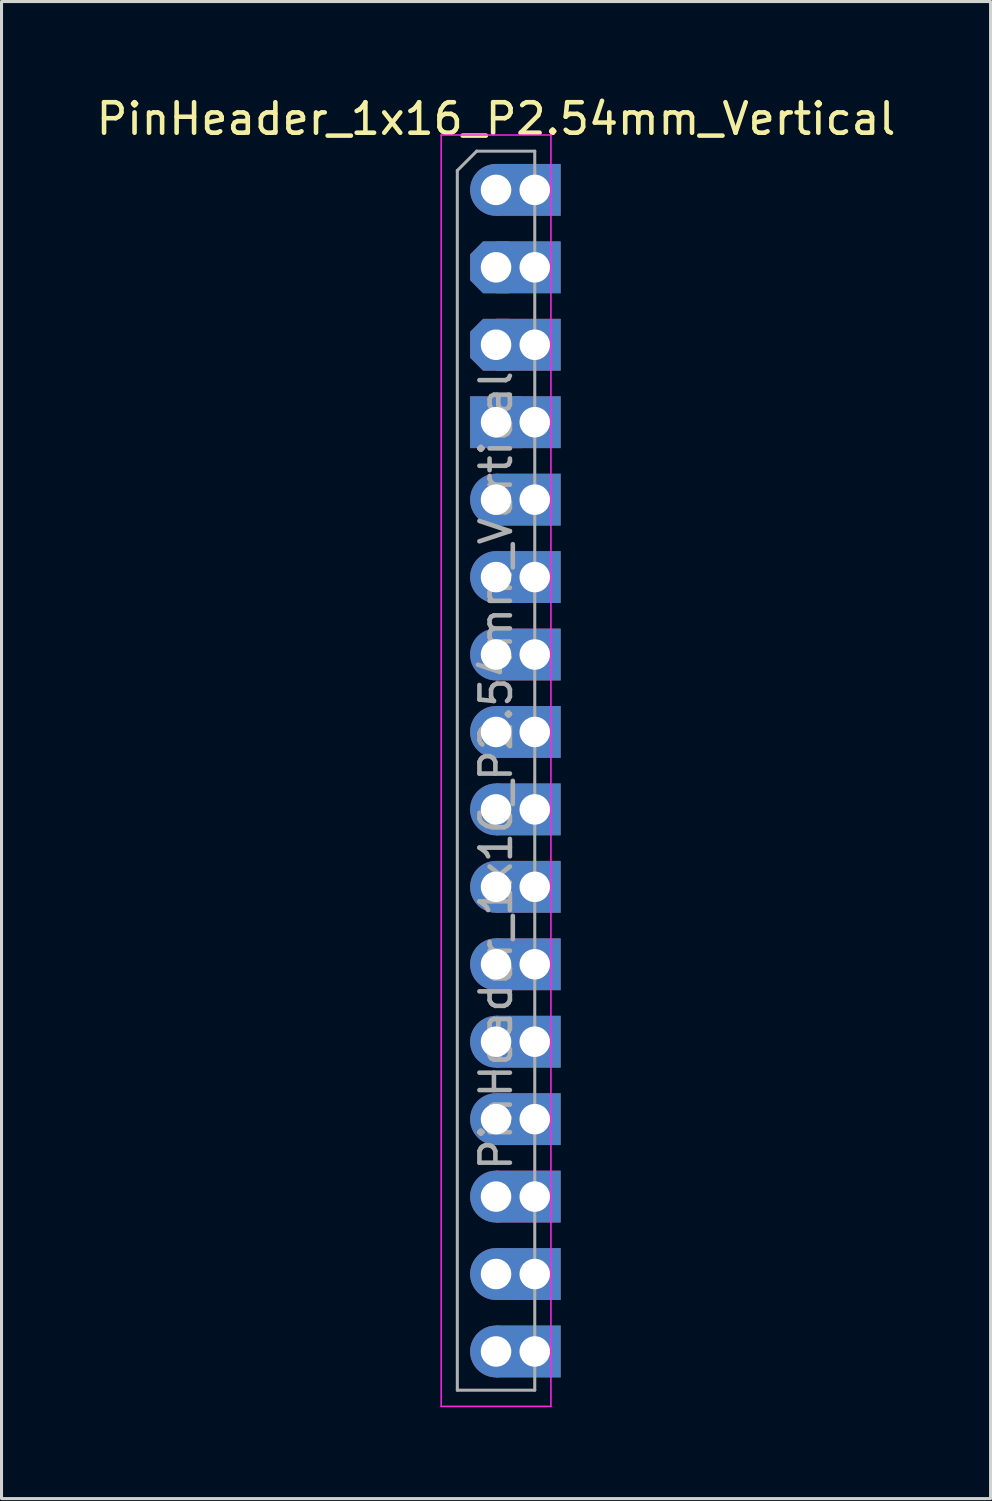
<source format=kicad_pcb>
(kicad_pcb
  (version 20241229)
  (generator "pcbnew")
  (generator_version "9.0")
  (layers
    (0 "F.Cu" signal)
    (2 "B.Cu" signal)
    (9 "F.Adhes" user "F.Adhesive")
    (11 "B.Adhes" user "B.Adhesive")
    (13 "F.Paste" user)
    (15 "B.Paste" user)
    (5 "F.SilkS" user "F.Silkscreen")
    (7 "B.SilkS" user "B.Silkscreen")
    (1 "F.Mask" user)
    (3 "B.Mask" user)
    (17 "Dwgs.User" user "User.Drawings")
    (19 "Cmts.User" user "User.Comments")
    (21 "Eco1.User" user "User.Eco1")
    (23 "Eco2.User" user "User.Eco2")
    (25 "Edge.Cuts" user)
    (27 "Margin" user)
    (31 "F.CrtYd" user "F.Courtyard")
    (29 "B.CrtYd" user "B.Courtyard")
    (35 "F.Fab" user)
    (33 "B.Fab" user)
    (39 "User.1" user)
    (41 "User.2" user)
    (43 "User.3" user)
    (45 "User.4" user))
  (footprint "PinHeader_1x16_P2.54mm_Vertical"
    (layer "F.Cu")
    (at 13.22 3.178)
    (property "Reference" "PinHeader_1x16_P2.54mm_Vertical" (at 0 -2.33 0) (layer "F.SilkS") (effects (font (size 1 1) (thickness 0.15))))
    (attr through_hole)
    (fp_line (start -1.8 -1.8) (end -1.8 39.9) (stroke (width 0.05) (type solid)) (layer "F.CrtYd"))
    (fp_line (start -1.8 39.9) (end 1.8 39.9) (stroke (width 0.05) (type solid)) (layer "F.CrtYd"))
    (fp_line (start 1.8 -1.8) (end -1.8 -1.8) (stroke (width 0.05) (type solid)) (layer "F.CrtYd"))
    (fp_line (start 1.8 39.9) (end 1.8 -1.8) (stroke (width 0.05) (type solid)) (layer "F.CrtYd"))
    (fp_line (start -1.27 -0.635) (end -0.635 -1.27) (stroke (width 0.1) (type solid)) (layer "F.Fab"))
    (fp_line (start -1.27 39.37) (end -1.27 -0.635) (stroke (width 0.1) (type solid)) (layer "F.Fab"))
    (fp_line (start -0.635 -1.27) (end 1.27 -1.27) (stroke (width 0.1) (type solid)) (layer "F.Fab"))
    (fp_line (start 1.27 -1.27) (end 1.27 39.37) (stroke (width 0.1) (type solid)) (layer "F.Fab"))
    (fp_line (start 1.27 39.37) (end -1.27 39.37) (stroke (width 0.1) (type solid)) (layer "F.Fab"))
    (fp_text user "${REFERENCE}" (at 0 19.05 90) (layer "F.Fab") (effects (font (size 1 1) (thickness 0.15))))
    (pad "1" thru_hole oval (at 0 0) (size 1.7 1.7) (drill 1) (layers "*.Cu" "*.Mask"))
    (pad "1" thru_hole rect (at 1.27 0) (size 2.12 1.7) (drill 1 (offset -0.21 0)) (layers "*.Cu" "*.Mask"))
    (pad "2" thru_hole roundrect (at 0 2.54) (size 1.7 1.7) (drill 1) (layers "*.Cu" "*.Mask") (roundrect_rratio 0) (chamfer_ratio 0.25) (chamfer top_left top_right bottom_left bottom_right))
    (pad "2" thru_hole rect (at 1.27 2.54) (size 2.12 1.7) (drill 1 (offset -0.21 0)) (layers "*.Cu" "*.Mask"))
    (pad "3" thru_hole roundrect (at 0 5.08) (size 1.7 1.7) (drill 1) (layers "*.Cu" "*.Mask") (roundrect_rratio 0) (chamfer_ratio 0.25) (chamfer top_left top_right bottom_left bottom_right))
    (pad "3" thru_hole rect (at 1.27 5.08) (size 2.12 1.7) (drill 1 (offset -0.21 0)) (layers "*.Cu" "*.Mask"))
    (pad "4" thru_hole rect (at 0 7.62) (size 1.7 1.7) (drill 1) (layers "*.Cu" "*.Mask"))
    (pad "4" thru_hole rect (at 1.27 7.62) (size 2.12 1.7) (drill 1 (offset -0.21 0)) (layers "*.Cu" "*.Mask"))
    (pad "5" thru_hole oval (at 0 10.16) (size 1.7 1.7) (drill 1) (layers "*.Cu" "*.Mask"))
    (pad "5" thru_hole rect (at 1.27 10.16) (size 2.12 1.7) (drill 1 (offset -0.21 0)) (layers "*.Cu" "*.Mask"))
    (pad "6" thru_hole oval (at 0 12.7) (size 1.7 1.7) (drill 1) (layers "*.Cu" "*.Mask"))
    (pad "6" thru_hole rect (at 1.27 12.7) (size 2.12 1.7) (drill 1 (offset -0.21 0)) (layers "*.Cu" "*.Mask"))
    (pad "7" thru_hole oval (at 0 15.24) (size 1.7 1.7) (drill 1) (layers "*.Cu" "*.Mask"))
    (pad "7" thru_hole rect (at 1.27 15.24) (size 2.12 1.7) (drill 1 (offset -0.21 0)) (layers "*.Cu" "*.Mask"))
    (pad "8" thru_hole oval (at 0 17.78) (size 1.7 1.7) (drill 1) (layers "*.Cu" "*.Mask"))
    (pad "8" thru_hole rect (at 1.27 17.78) (size 2.12 1.7) (drill 1 (offset -0.21 0)) (layers "*.Cu" "*.Mask"))
    (pad "9" thru_hole oval (at 0 20.32) (size 1.7 1.7) (drill 1) (layers "*.Cu" "*.Mask"))
    (pad "9" thru_hole rect (at 1.27 20.32) (size 2.12 1.7) (drill 1 (offset -0.21 0)) (layers "*.Cu" "*.Mask"))
    (pad "10" thru_hole oval (at 0 22.86) (size 1.7 1.7) (drill 1) (layers "*.Cu" "*.Mask"))
    (pad "10" thru_hole rect (at 1.27 22.86) (size 2.12 1.7) (drill 1 (offset -0.21 0)) (layers "*.Cu" "*.Mask"))
    (pad "11" thru_hole oval (at 0 25.4) (size 1.7 1.7) (drill 1) (layers "*.Cu" "*.Mask"))
    (pad "11" thru_hole rect (at 1.27 25.4) (size 2.12 1.7) (drill 1 (offset -0.21 0)) (layers "*.Cu" "*.Mask"))
    (pad "12" thru_hole oval (at 0 27.94) (size 1.7 1.7) (drill 1) (layers "*.Cu" "*.Mask"))
    (pad "12" thru_hole rect (at 1.27 27.94) (size 2.12 1.7) (drill 1 (offset -0.21 0)) (layers "*.Cu" "*.Mask"))
    (pad "13" thru_hole oval (at 0 30.48) (size 1.7 1.7) (drill 1) (layers "*.Cu" "*.Mask"))
    (pad "13" thru_hole rect (at 1.27 30.48) (size 2.12 1.7) (drill 1 (offset -0.21 0)) (layers "*.Cu" "*.Mask"))
    (pad "14" thru_hole oval (at 0 33.02) (size 1.7 1.7) (drill 1) (layers "*.Cu" "*.Mask"))
    (pad "14" thru_hole rect (at 1.27 33.02) (size 2.12 1.7) (drill 1 (offset -0.21 0)) (layers "*.Cu" "*.Mask"))
    (pad "15" thru_hole oval (at 0 35.56) (size 1.7 1.7) (drill 1) (layers "*.Cu" "*.Mask"))
    (pad "15" thru_hole rect (at 1.27 35.56) (size 2.12 1.7) (drill 1 (offset -0.21 0)) (layers "*.Cu" "*.Mask"))
    (pad "16" thru_hole oval (at 0 38.1) (size 1.7 1.7) (drill 1) (layers "*.Cu" "*.Mask"))
    (pad "16" thru_hole rect (at 1.27 38.1) (size 2.12 1.7) (drill 1 (offset -0.21 0)) (layers "*.Cu" "*.Mask")))
  (gr_rect
    (start -3 -3)
    (end 29.44 46.103)
    (stroke (width 0.1) (type default))
    (fill no)
    (layer "Edge.Cuts")))
</source>
